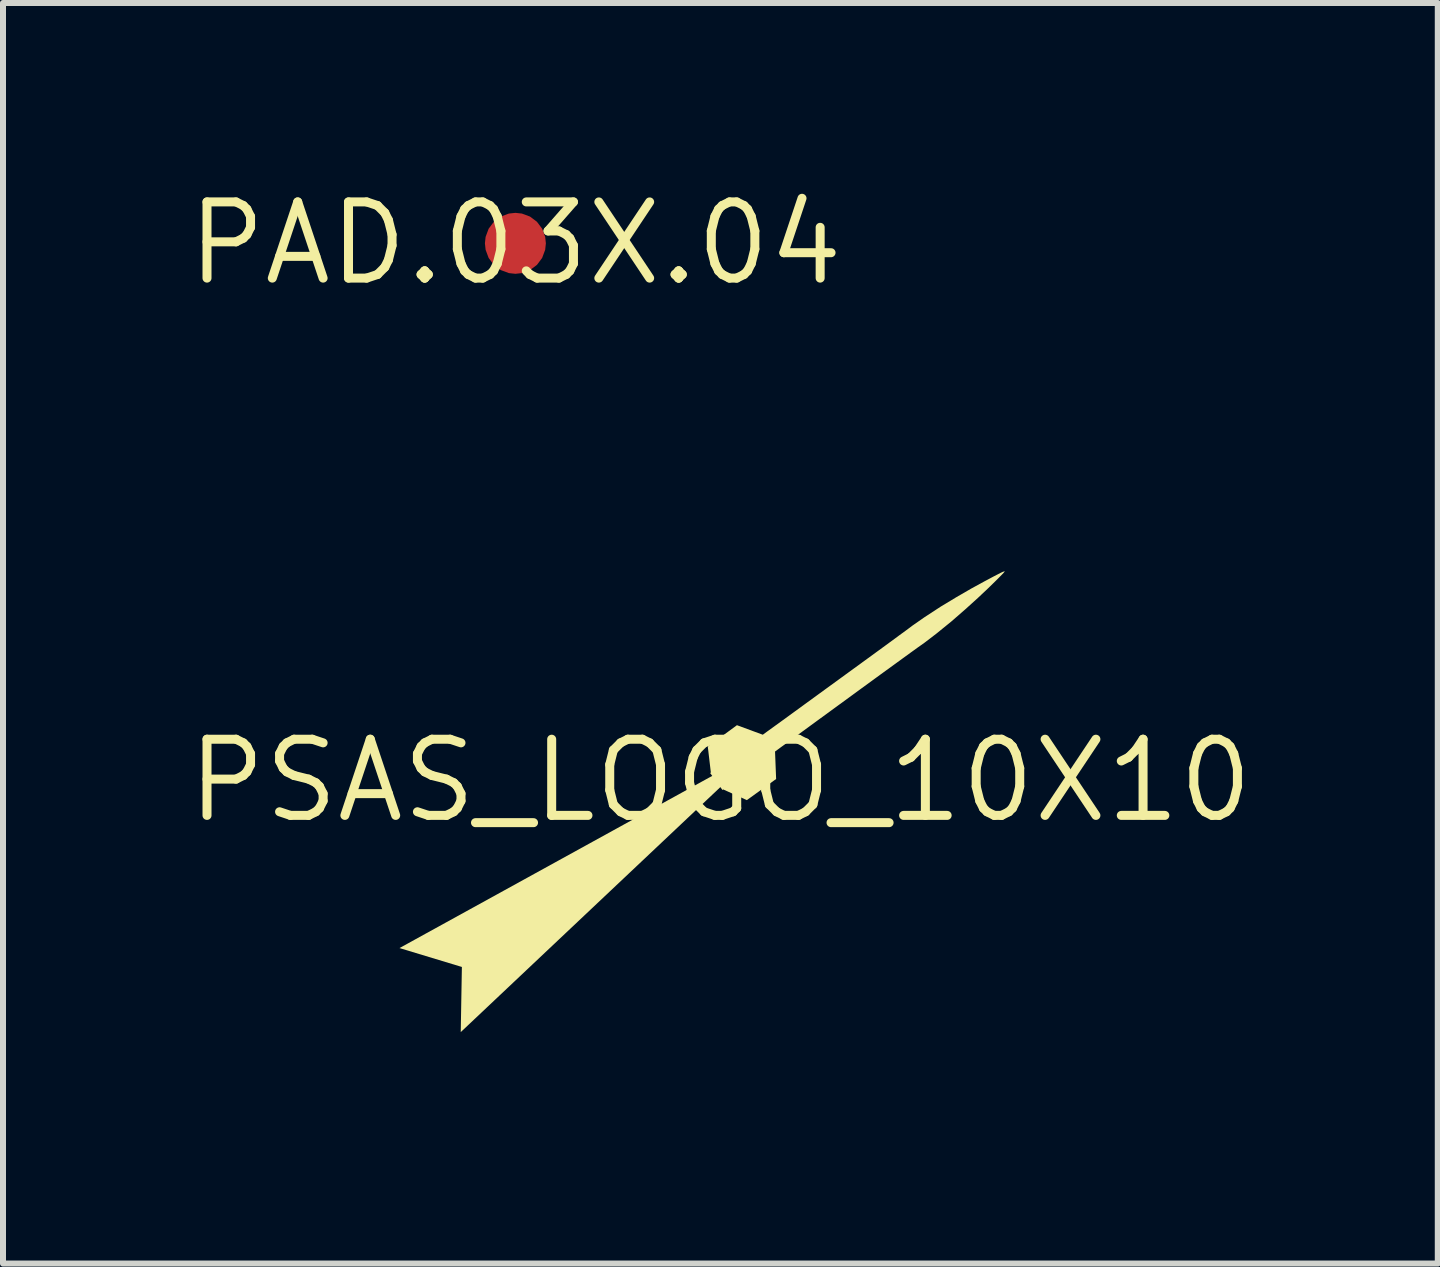
<source format=kicad_pcb>
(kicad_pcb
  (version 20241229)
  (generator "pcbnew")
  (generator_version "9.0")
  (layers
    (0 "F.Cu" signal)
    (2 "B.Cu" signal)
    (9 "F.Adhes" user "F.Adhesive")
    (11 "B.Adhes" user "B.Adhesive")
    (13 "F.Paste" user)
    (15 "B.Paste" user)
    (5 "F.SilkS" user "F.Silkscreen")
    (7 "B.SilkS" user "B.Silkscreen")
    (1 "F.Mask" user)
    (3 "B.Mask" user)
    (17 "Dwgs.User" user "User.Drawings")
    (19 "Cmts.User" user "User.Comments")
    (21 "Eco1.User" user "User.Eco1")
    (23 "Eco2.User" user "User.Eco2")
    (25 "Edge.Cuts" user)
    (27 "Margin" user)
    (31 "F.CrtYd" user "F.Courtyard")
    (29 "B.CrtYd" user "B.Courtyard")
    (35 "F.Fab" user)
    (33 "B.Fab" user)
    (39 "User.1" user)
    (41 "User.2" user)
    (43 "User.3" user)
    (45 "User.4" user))
  (footprint "PSAS_LOGO_10X10"
    (layer "F.Cu")
    (at 8.958 9.962)
    (property "Reference" "PSAS_LOGO_10X10" (at 0 0 0) (layer "F.SilkS") (effects (font (size 1.27 1.27) (thickness 0.15))))
    (fp_poly (pts (xy 1.001 0.896) (xy 0.518 0.896) (xy 0.518 1.303) (xy 1.001 1.303) (xy 1.001 1.682) (xy 0.518 1.682) (xy 0.518 2.231) (xy 0.141 2.231) (xy 0.141 0.837) (xy 0.169 0.734) (xy 0.245 0.621) (xy 0.358 0.545) (xy 0.462 0.517) (xy 1.001 0.517)) (stroke (width 0) (type default)) (fill yes) (layer "F.Mask"))
    (fp_poly (pts (xy 1.637 0.545) (xy 1.751 0.621) (xy 1.827 0.734) (xy 1.856 0.837) (xy 1.856 2.231) (xy 1.474 2.231) (xy 1.474 1.682) (xy 0.991 1.682) (xy 0.991 1.303) (xy 1.474 1.303) (xy 1.474 0.896) (xy 0.991 0.896) (xy 0.991 0.517) (xy 1.533 0.517)) (stroke (width 0) (type default)) (fill yes) (layer "F.Mask"))
    (fp_poly (pts (xy -3.865 0.52) (xy -3.363 0.52) (xy -3.363 0.896) (xy -3.851 0.896) (xy -3.851 1.291) (xy -3.363 1.291) (xy -3.363 1.672) (xy -3.851 1.672) (xy -3.851 2.231) (xy -4.228 2.231) (xy -4.228 0.901) (xy -4.23 0.864) (xy -4.205 0.75) (xy -4.129 0.628) (xy -4.011 0.548) (xy -3.901 0.519)) (stroke (width 0) (type default)) (fill yes) (layer "F.Mask"))
    (fp_poly (pts (xy -2.729 0.548) (xy -2.615 0.624) (xy -2.538 0.737) (xy -2.51 0.84) (xy -2.51 1.35) (xy -2.538 1.453) (xy -2.615 1.566) (xy -2.729 1.642) (xy -2.833 1.67) (xy -2.867 1.67) (xy -3.369 1.672) (xy -3.369 1.291) (xy -2.891 1.291) (xy -2.891 0.896) (xy -3.369 0.896) (xy -3.369 0.52) (xy -2.833 0.52)) (stroke (width 0) (type default)) (fill yes) (layer "F.Mask"))
    (fp_poly (pts (xy -0.598 0.545) (xy -0.485 0.621) (xy -0.409 0.734) (xy -0.38 0.837) (xy -0.38 1.036) (xy -0.762 1.036) (xy -0.762 0.896) (xy -1.718 0.896) (xy -1.718 1.185) (xy -0.701 1.185) (xy -0.598 1.212) (xy -0.485 1.288) (xy -0.409 1.401) (xy -0.38 1.505) (xy -0.38 1.911) (xy -0.409 2.015) (xy -0.485 2.128) (xy -0.598 2.204) (xy -0.701 2.231) (xy -1.774 2.231) (xy -1.878 2.204) (xy -1.991 2.128) (xy -2.067 2.015) (xy -2.095 1.911) (xy -2.095 1.712) (xy -1.718 1.712) (xy -1.718 1.852) (xy -0.762 1.852) (xy -0.762 1.564) (xy -1.774 1.564) (xy -1.878 1.536) (xy -1.991 1.46) (xy -2.067 1.347) (xy -2.095 1.243) (xy -2.095 0.837) (xy -2.067 0.734) (xy -1.991 0.621) (xy -1.878 0.545) (xy -1.774 0.517) (xy -0.701 0.517)) (stroke (width 0) (type default)) (fill yes) (layer "F.Mask"))
    (fp_poly (pts (xy 3.873 0.545) (xy 3.986 0.621) (xy 4.063 0.734) (xy 4.091 0.837) (xy 4.091 1.036) (xy 3.709 1.036) (xy 3.709 0.896) (xy 2.754 0.896) (xy 2.754 1.185) (xy 3.77 1.185) (xy 3.873 1.212) (xy 3.986 1.288) (xy 4.063 1.401) (xy 4.091 1.505) (xy 4.091 1.911) (xy 4.063 2.015) (xy 3.986 2.128) (xy 3.873 2.204) (xy 3.77 2.231) (xy 2.697 2.231) (xy 2.593 2.204) (xy 2.48 2.128) (xy 2.404 2.015) (xy 2.377 1.911) (xy 2.377 1.712) (xy 2.754 1.712) (xy 2.754 1.852) (xy 3.709 1.852) (xy 3.709 1.564) (xy 2.697 1.564) (xy 2.593 1.536) (xy 2.48 1.46) (xy 2.404 1.347) (xy 2.377 1.243) (xy 2.377 0.837) (xy 2.404 0.734) (xy 2.48 0.621) (xy 2.593 0.545) (xy 2.697 0.517) (xy 3.77 0.517)) (stroke (width 0) (type default)) (fill yes) (layer "F.Mask"))
    (fp_poly (pts (xy 0.051 -4.368) (xy 0.341 -4.223) (xy 0.613 -3.99) (xy 0.864 -3.676) (xy 1.093 -3.286) (xy 1.298 -2.827) (xy 1.478 -2.305) (xy 1.597 -1.872) (xy 1.632 -1.72) (xy 1.617 -1.72) (xy 1.595 -1.72) (xy 1.562 -1.857) (xy 1.446 -2.255) (xy 1.267 -2.735) (xy 1.063 -3.157) (xy 0.837 -3.515) (xy 0.594 -3.803) (xy 0.337 -4.016) (xy 0.07 -4.148) (xy -0.135 -4.193) (xy -0.286 -4.193) (xy -0.539 -4.123) (xy -0.861 -3.92) (xy -1.163 -3.596) (xy -1.44 -3.161) (xy -1.685 -2.627) (xy -1.894 -2.004) (xy -2.061 -1.305) (xy -2.158 -0.732) (xy -2.18 -0.54) (xy -2.183 -0.518) (xy -2.186 -0.452) (xy -2.185 -0.358) (xy -2.178 -0.274) (xy -2.17 -0.232) (xy -2.164 -0.218) (xy -2.175 -0.206) (xy -2.252 -0.165) (xy -2.377 -0.143) (xy -2.41 -0.144) (xy -2.427 -0.144) (xy -2.479 -0.153) (xy -2.544 -0.172) (xy -2.595 -0.195) (xy -2.618 -0.21) (xy -2.623 -0.218) (xy -2.613 -0.246) (xy -2.568 -0.379) (xy -2.536 -0.511) (xy -2.533 -0.537) (xy -2.512 -0.74) (xy -2.409 -1.343) (xy -2.222 -2.083) (xy -1.979 -2.743) (xy -1.692 -3.312) (xy -1.367 -3.776) (xy -1.013 -4.124) (xy -0.64 -4.342) (xy -0.353 -4.417) (xy -0.18 -4.417)) (stroke (width 0) (type default)) (fill yes) (layer "F.Mask"))
    (fp_poly (pts (xy 4.72 -3.462) (xy 4.689 -3.43) (xy 4.603 -3.343) (xy 4.468 -3.211) (xy 4.292 -3.045) (xy 4.083 -2.856) (xy 3.85 -2.653) (xy 3.599 -2.449) (xy 3.404 -2.3) (xy 3.338 -2.253) (xy 3.298 -2.225) (xy 3.18 -2.14) (xy 3.18 -2.14) (xy 2.949 -1.972) (xy 2.949 -1.972) (xy 2.661 -1.763) (xy 2.332 -1.523) (xy 2.332 -1.523) (xy 1.976 -1.263) (xy 1.976 -1.263) (xy 1.61 -0.996) (xy 1.61 -0.996) (xy 1.249 -0.732) (xy 1.249 -0.732) (xy 0.994 -0.546) (xy 0.994 -0.546) (xy 0.911 -0.485) (xy 0.929 -0.027) (xy 0.441 0.325) (xy 0.047 0.147) (xy 0.034 0.156) (xy -0.000198 0.108) (xy -4.328 4.192) (xy -4.309 3.106) (xy -5.349 2.791) (xy -0.136 -0.079) (xy -0.171 -0.127) (xy -0.159 -0.135) (xy -0.21 -0.567) (xy 0.276 -0.924) (xy 0.707 -0.765) (xy 0.79 -0.826) (xy 1.046 -1.011) (xy 1.046 -1.011) (xy 1.407 -1.274) (xy 1.774 -1.541) (xy 2.13 -1.8) (xy 2.46 -2.04) (xy 2.46 -2.04) (xy 2.748 -2.25) (xy 2.978 -2.419) (xy 3.096 -2.505) (xy 3.135 -2.534) (xy 3.135 -2.534) (xy 3.2 -2.583) (xy 3.401 -2.723) (xy 3.672 -2.9) (xy 3.937 -3.06) (xy 4.181 -3.201) (xy 4.393 -3.317) (xy 4.56 -3.406) (xy 4.669 -3.462) (xy 4.709 -3.481) (xy 4.742 -3.49)) (stroke (width 0) (type default)) (fill yes) (layer "F.SilkS"))
    (zone (net_name "") (layer "F.Cu") (hatch edge 0.5) (connect_pads) (min_thickness 0.25) (filled_areas_thickness no) (keepout (tracks not_allowed) (vias not_allowed) (pads not_allowed) (copperpour not_allowed) (footprints allowed)) (placement (enabled no)) (fill) (polygon (pts (xy 10.312 7.722) (xy 10.362 7.887) (xy 10.425 8.112) (xy 10.156 8.071) (xy 9.193 8.008) (xy 8.551 8.008) (xy 7.587 8.071) (xy 7.12 8.142) (xy 7.137 8.038) (xy 7.154 7.969) (xy 7.36 7.355) (xy 7.6 6.831) (xy 7.869 6.409) (xy 8.157 6.1) (xy 8.457 5.912) (xy 8.683 5.849) (xy 8.812 5.849) (xy 8.995 5.889) (xy 9.241 6.011) (xy 9.483 6.211) (xy 9.717 6.488) (xy 9.937 6.836) (xy 10.137 7.249))))
    (zone (net_name "") (layer "F.Cu") (hatch edge 0.5) (connect_pads) (min_thickness 0.25) (filled_areas_thickness no) (keepout (tracks not_allowed) (vias not_allowed) (pads not_allowed) (copperpour not_allowed) (footprints allowed)) (placement (enabled no)) (fill) (polygon (pts (xy 8.969 5.478) (xy 8.82 5.45) (xy 8.625 5.45) (xy 8.312 5.532) (xy 7.918 5.763) (xy 7.55 6.124) (xy 7.216 6.602) (xy 6.923 7.181) (xy 6.677 7.851) (xy 6.605 8.138) (xy 6.582 8.243) (xy 6.373 8.274) (xy 5.167 8.578) (xy 4.358 8.854) (xy 4.271 9.2) (xy 4.221 9.533) (xy 4.196 9.894) (xy 4.197 10.131) (xy 4.221 10.492) (xy 4.293 10.962) (xy 4.409 11.413) (xy 4.567 11.845) (xy 4.765 12.257) (xy 5.001 12.645) (xy 5.272 13.007) (xy 5.576 13.342) (xy 5.91 13.646) (xy 6.273 13.917) (xy 6.661 14.153) (xy 7.072 14.351) (xy 7.505 14.509) (xy 7.956 14.625) (xy 8.426 14.697) (xy 8.787 14.721) (xy 8.969 14.721) (xy 8.969 15.012) (xy 8.777 15.012) (xy 8.394 14.987) (xy 7.897 14.911) (xy 7.418 14.788) (xy 6.959 14.62) (xy 6.522 14.409) (xy 6.109 14.159) (xy 5.725 13.871) (xy 5.37 13.548) (xy 5.047 13.193) (xy 4.759 12.808) (xy 4.509 12.396) (xy 4.298 11.959) (xy 4.13 11.5) (xy 4.007 11.02) (xy 3.931 10.524) (xy 3.905 10.141) (xy 3.905 9.885) (xy 3.931 9.501) (xy 3.996 9.076) (xy 4.009 8.994) (xy 4.13 8.525) (xy 4.298 8.066) (xy 4.508 7.629) (xy 4.759 7.217) (xy 5.047 6.832) (xy 5.369 6.477) (xy 5.724 6.154) (xy 6.109 5.866) (xy 6.522 5.616) (xy 6.959 5.405) (xy 7.418 5.237) (xy 7.897 5.114) (xy 8.394 5.038) (xy 8.777 5.012) (xy 8.969 5.012))))
    (zone (net_name "") (layer "F.Cu") (hatch edge 0.5) (connect_pads) (min_thickness 0.25) (filled_areas_thickness no) (keepout (tracks not_allowed) (vias not_allowed) (pads not_allowed) (copperpour not_allowed) (footprints allowed)) (placement (enabled no)) (fill) (polygon (pts (xy 8.969 15.012) (xy 9.033 15.012) (xy 9.416 14.987) (xy 9.913 14.911) (xy 10.392 14.788) (xy 10.851 14.62) (xy 11.288 14.409) (xy 11.701 14.159) (xy 12.086 13.871) (xy 12.441 13.548) (xy 12.763 13.193) (xy 13.051 12.808) (xy 13.302 12.396) (xy 13.512 11.959) (xy 13.681 11.5) (xy 13.804 11.02) (xy 13.88 10.524) (xy 13.905 10.141) (xy 13.905 9.885) (xy 13.879 9.501) (xy 13.815 9.08) (xy 13.801 8.993) (xy 13.8 8.993) (xy 13.68 8.525) (xy 13.512 8.066) (xy 13.301 7.629) (xy 13.051 7.217) (xy 12.763 6.832) (xy 12.44 6.477) (xy 12.085 6.154) (xy 11.7 5.866) (xy 11.288 5.616) (xy 10.851 5.405) (xy 10.392 5.237) (xy 9.913 5.114) (xy 9.416 5.038) (xy 9.033 5.012) (xy 8.969 5.012) (xy 8.969 5.478) (xy 9.069 5.504) (xy 9.072 5.505) (xy 9.383 5.659) (xy 9.671 5.906) (xy 9.932 6.233) (xy 10.167 6.633) (xy 10.377 7.101) (xy 10.558 7.629) (xy 10.702 8.164) (xy 11.438 8.274) (xy 12.644 8.578) (xy 13.474 8.861) (xy 13.538 9.2) (xy 13.589 9.533) (xy 13.614 9.895) (xy 13.614 10.131) (xy 13.59 10.492) (xy 13.518 10.962) (xy 13.402 11.413) (xy 13.244 11.845) (xy 13.046 12.257) (xy 12.81 12.645) (xy 12.538 13.007) (xy 12.234 13.342) (xy 11.9 13.646) (xy 11.537 13.917) (xy 11.149 14.153) (xy 10.738 14.351) (xy 10.305 14.509) (xy 9.854 14.625) (xy 9.384 14.697) (xy 9.023 14.721) (xy 8.969 14.721)))))
  (footprint "PAD.03X.04"
    (layer "F.Cu")
    (at 5.541 1.006)
    (property "Reference" "PAD.03X.04" (at 0 0 0) (layer "F.SilkS") (effects (font (size 1.27 1.27) (thickness 0.15))))
    (pad "P$1" smd roundrect (at 0 0) (size 1.016 1.016) (layers "F.Cu" "F.Mask") (roundrect_rratio 0.5)))
  (gr_rect
    (start -3 -3)
    (end 20.916 18.012)
    (stroke (width 0.1) (type default))
    (fill no)
    (layer "Edge.Cuts")))
</source>
